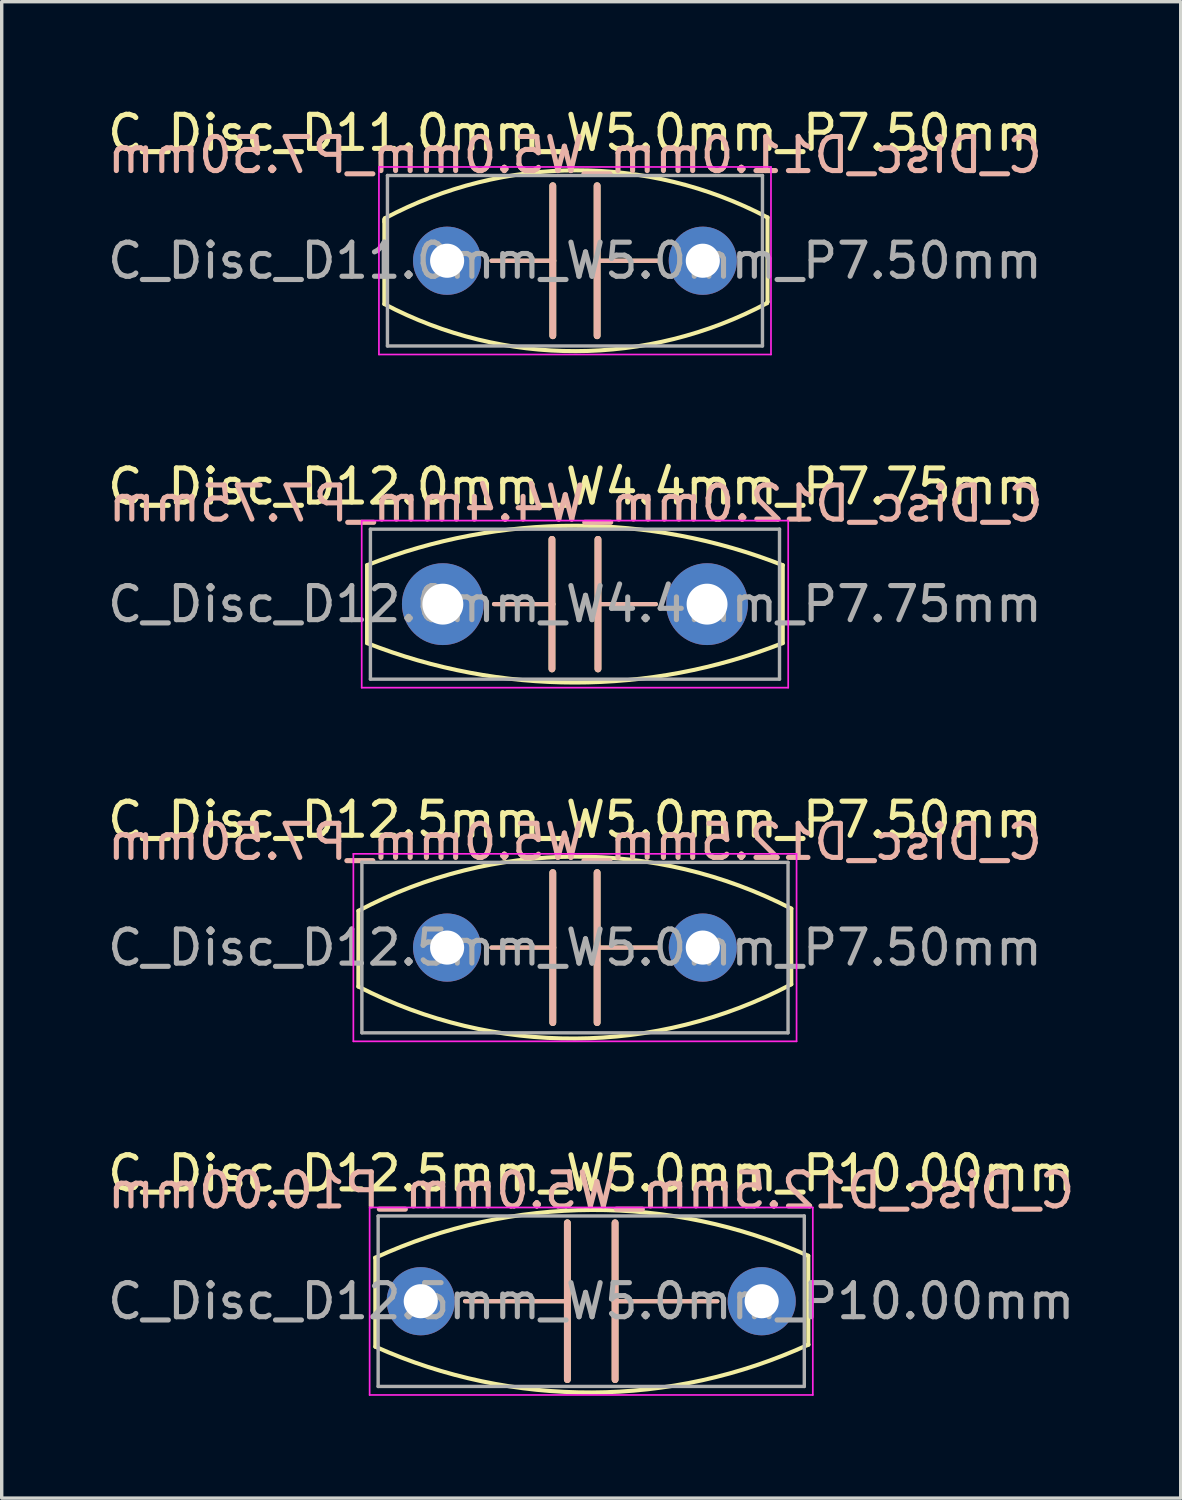
<source format=kicad_pcb>
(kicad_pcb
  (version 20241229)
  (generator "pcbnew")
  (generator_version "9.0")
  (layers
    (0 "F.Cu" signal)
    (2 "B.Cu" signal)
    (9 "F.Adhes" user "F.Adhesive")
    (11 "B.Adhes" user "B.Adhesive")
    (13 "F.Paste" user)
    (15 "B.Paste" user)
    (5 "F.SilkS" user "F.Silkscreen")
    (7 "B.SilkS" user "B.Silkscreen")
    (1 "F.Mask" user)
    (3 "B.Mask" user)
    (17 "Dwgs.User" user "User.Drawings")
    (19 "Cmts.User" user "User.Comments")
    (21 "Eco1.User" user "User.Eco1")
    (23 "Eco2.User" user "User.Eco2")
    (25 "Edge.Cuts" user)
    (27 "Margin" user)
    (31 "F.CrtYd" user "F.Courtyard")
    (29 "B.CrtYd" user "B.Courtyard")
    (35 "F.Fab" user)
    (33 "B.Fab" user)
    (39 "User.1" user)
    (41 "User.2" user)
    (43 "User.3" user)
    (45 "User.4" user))
  (footprint "C_Disc_D11.0mm_W5.0mm_P7.50mm"
    (layer "F.Cu")
    (at 10.065 4.598)
    (property "Reference" "C_Disc_D11.0mm_W5.0mm_P7.50mm" (at 3.75 -3.75 0) (layer "F.SilkS") (effects (font (size 1 1) (thickness 0.15))))
    (fp_line (start -1.841 -1.206) (end -1.828 -1.244) (stroke (width 0.12) (type solid)) (layer "F.SilkS"))
    (fp_line (start -1.841 -1.143) (end -1.841 -1.206) (stroke (width 0.12) (type solid)) (layer "F.SilkS"))
    (fp_line (start -1.841 1.27) (end -1.841 -1.143) (stroke (width 0.12) (type solid)) (layer "F.SilkS"))
    (fp_line (start 1.3 0) (end 3.1 0) (stroke (width 0.12) (type solid)) (layer "F.SilkS"))
    (fp_line (start 3.1 0) (end 3.1 -2.2) (stroke (width 0.2) (type solid)) (layer "F.SilkS"))
    (fp_line (start 3.1 0) (end 3.1 2.2) (stroke (width 0.2) (type solid)) (layer "F.SilkS"))
    (fp_line (start 4.4 0) (end 4.4 -2.2) (stroke (width 0.2) (type solid)) (layer "F.SilkS"))
    (fp_line (start 4.4 0) (end 4.4 2.2) (stroke (width 0.2) (type solid)) (layer "F.SilkS"))
    (fp_line (start 4.4 0) (end 6.2 0) (stroke (width 0.12) (type solid)) (layer "F.SilkS"))
    (fp_line (start 9.398 -1.27) (end 9.398 1.206) (stroke (width 0.12) (type solid)) (layer "F.SilkS"))
    (fp_line (start 9.398 1.206) (end 9.384 1.244) (stroke (width 0.12) (type solid)) (layer "F.SilkS"))
    (fp_arc (start -1.827515 -1.243759) (mid 3.781981 -2.652175) (end 9.398 -1.27) (stroke (width 0.12) (type solid)) (layer "F.SilkS"))
    (fp_arc (start 9.384015 1.243759) (mid 3.774519 2.652175) (end -1.8415 1.27) (stroke (width 0.12) (type solid)) (layer "F.SilkS"))
    (fp_line (start 1.3 0) (end 3.048 0) (stroke (width 0.12) (type solid)) (layer "B.SilkS"))
    (fp_line (start 3.1 0) (end 3.1 -2.2) (stroke (width 0.2) (type solid)) (layer "B.SilkS"))
    (fp_line (start 3.1 0) (end 3.1 2.2) (stroke (width 0.2) (type solid)) (layer "B.SilkS"))
    (fp_line (start 4.4 0) (end 4.4 -2.2) (stroke (width 0.2) (type solid)) (layer "B.SilkS"))
    (fp_line (start 4.4 0) (end 4.4 2.2) (stroke (width 0.2) (type solid)) (layer "B.SilkS"))
    (fp_line (start 4.445 0) (end 6.2 0) (stroke (width 0.12) (type solid)) (layer "B.SilkS"))
    (fp_line (start -2 -2.75) (end -2 2.75) (stroke (width 0.05) (type solid)) (layer "F.CrtYd"))
    (fp_line (start -2 2.75) (end 9.5 2.75) (stroke (width 0.05) (type solid)) (layer "F.CrtYd"))
    (fp_line (start 9.5 -2.75) (end -2 -2.75) (stroke (width 0.05) (type solid)) (layer "F.CrtYd"))
    (fp_line (start 9.5 2.75) (end 9.5 -2.75) (stroke (width 0.05) (type solid)) (layer "F.CrtYd"))
    (fp_line (start -1.75 -2.5) (end -1.75 2.5) (stroke (width 0.1) (type solid)) (layer "F.Fab"))
    (fp_line (start -1.75 2.5) (end 9.25 2.5) (stroke (width 0.1) (type solid)) (layer "F.Fab"))
    (fp_line (start 9.25 -2.5) (end -1.75 -2.5) (stroke (width 0.1) (type solid)) (layer "F.Fab"))
    (fp_line (start 9.25 2.5) (end 9.25 -2.5) (stroke (width 0.1) (type solid)) (layer "F.Fab"))
    (fp_text user "${REFERENCE}" (at 3.75 -3.1 0) (layer "B.SilkS") (effects (font (size 1 1) (thickness 0.15)) (justify mirror)))
    (fp_text user "${REFERENCE}" (at 3.75 0 0) (layer "F.Fab") (effects (font (size 1 1) (thickness 0.15))))
    (pad "1" thru_hole circle (at 0 0) (size 2 2) (drill 1) (layers "*.Cu" "*.Mask"))
    (pad "2" thru_hole circle (at 7.5 0) (size 2 2) (drill 1) (layers "*.Cu" "*.Mask")))
  (footprint "C_Disc_D12.0mm_W4.4mm_P7.75mm"
    (layer "F.Cu")
    (at 9.94 14.671)
    (property "Reference" "C_Disc_D12.0mm_W4.4mm_P7.75mm" (at 3.875 -3.45 0) (layer "F.SilkS") (effects (font (size 1 1) (thickness 0.15))))
    (fp_line (start -2.223 1.143) (end -2.223 -1.143) (stroke (width 0.12) (type solid)) (layer "F.SilkS"))
    (fp_line (start 1.5 0) (end 3.2 0) (stroke (width 0.12) (type solid)) (layer "F.SilkS"))
    (fp_line (start 3.2 0) (end 3.2 -1.9) (stroke (width 0.2) (type solid)) (layer "F.SilkS"))
    (fp_line (start 3.2 0) (end 3.2 1.9) (stroke (width 0.2) (type solid)) (layer "F.SilkS"))
    (fp_line (start 4.55 0) (end 4.55 -1.9) (stroke (width 0.2) (type solid)) (layer "F.SilkS"))
    (fp_line (start 4.55 0) (end 4.55 1.9) (stroke (width 0.2) (type solid)) (layer "F.SilkS"))
    (fp_line (start 4.55 0) (end 6.25 0) (stroke (width 0.12) (type solid)) (layer "F.SilkS"))
    (fp_line (start 9.97 -1.143) (end 9.97 1.143) (stroke (width 0.12) (type solid)) (layer "F.SilkS"))
    (fp_arc (start -2.2225 -1.142999) (mid 3.8735 -2.299082) (end 9.9695 -1.143) (stroke (width 0.12) (type solid)) (layer "F.SilkS"))
    (fp_arc (start 9.9695 1.142999) (mid 3.8735 2.299082) (end -2.2225 1.143) (stroke (width 0.12) (type solid)) (layer "F.SilkS"))
    (fp_line (start 1.5 0) (end 3.2 0) (stroke (width 0.12) (type solid)) (layer "B.SilkS"))
    (fp_line (start 3.2 0) (end 3.2 -1.9) (stroke (width 0.2) (type solid)) (layer "B.SilkS"))
    (fp_line (start 3.2 0) (end 3.2 1.9) (stroke (width 0.2) (type solid)) (layer "B.SilkS"))
    (fp_line (start 4.55 0) (end 4.55 -1.9) (stroke (width 0.2) (type solid)) (layer "B.SilkS"))
    (fp_line (start 4.55 0) (end 4.55 1.9) (stroke (width 0.2) (type solid)) (layer "B.SilkS"))
    (fp_line (start 4.55 0) (end 6.25 0) (stroke (width 0.12) (type solid)) (layer "B.SilkS"))
    (fp_line (start -2.38 -2.45) (end -2.38 2.45) (stroke (width 0.05) (type solid)) (layer "F.CrtYd"))
    (fp_line (start -2.38 2.45) (end 10.13 2.45) (stroke (width 0.05) (type solid)) (layer "F.CrtYd"))
    (fp_line (start 10.13 -2.45) (end -2.38 -2.45) (stroke (width 0.05) (type solid)) (layer "F.CrtYd"))
    (fp_line (start 10.13 2.45) (end 10.13 -2.45) (stroke (width 0.05) (type solid)) (layer "F.CrtYd"))
    (fp_line (start -2.125 -2.2) (end -2.125 2.2) (stroke (width 0.1) (type solid)) (layer "F.Fab"))
    (fp_line (start -2.125 2.2) (end 9.875 2.2) (stroke (width 0.1) (type solid)) (layer "F.Fab"))
    (fp_line (start 9.875 -2.2) (end -2.125 -2.2) (stroke (width 0.1) (type solid)) (layer "F.Fab"))
    (fp_line (start 9.875 2.2) (end 9.875 -2.2) (stroke (width 0.1) (type solid)) (layer "F.Fab"))
    (fp_text user "${REFERENCE}" (at 3.9 -2.95 0) (layer "B.SilkS") (effects (font (size 1 1) (thickness 0.15)) (justify mirror)))
    (fp_text user "${REFERENCE}" (at 3.875 0 0) (layer "F.Fab") (effects (font (size 1 1) (thickness 0.15))))
    (pad "1" thru_hole circle (at 0 0) (size 2.4 2.4) (drill 1.2) (layers "*.Cu" "*.Mask"))
    (pad "2" thru_hole circle (at 7.75 0) (size 2.4 2.4) (drill 1.2) (layers "*.Cu" "*.Mask")))
  (footprint "C_Disc_D12.5mm_W5.0mm_P10.00mm"
    (layer "F.Cu")
    (at 9.292 35.118)
    (property "Reference" "C_Disc_D12.5mm_W5.0mm_P10.00mm" (at 5 -3.75 0) (layer "F.SilkS") (effects (font (size 1 1) (thickness 0.15))))
    (fp_line (start -1.333 -1.27) (end -1.336 -1.275) (stroke (width 0.12) (type solid)) (layer "F.SilkS"))
    (fp_line (start -1.333 1.333) (end -1.333 -1.27) (stroke (width 0.12) (type solid)) (layer "F.SilkS"))
    (fp_line (start 1.3 0) (end 4.3 0) (stroke (width 0.12) (type solid)) (layer "F.SilkS"))
    (fp_line (start 4.3 0) (end 4.3 -2.3) (stroke (width 0.2) (type solid)) (layer "F.SilkS"))
    (fp_line (start 4.3 0) (end 4.3 2.3) (stroke (width 0.2) (type solid)) (layer "F.SilkS"))
    (fp_line (start 5.7 0) (end 5.7 -2.3) (stroke (width 0.2) (type solid)) (layer "F.SilkS"))
    (fp_line (start 5.7 0) (end 5.7 2.3) (stroke (width 0.2) (type solid)) (layer "F.SilkS"))
    (fp_line (start 5.7 0) (end 8.7 0) (stroke (width 0.12) (type solid)) (layer "F.SilkS"))
    (fp_line (start 11.367 -1.333) (end 11.367 1.27) (stroke (width 0.12) (type solid)) (layer "F.SilkS"))
    (fp_line (start 11.367 1.27) (end 11.369 1.275) (stroke (width 0.12) (type solid)) (layer "F.SilkS"))
    (fp_arc (start -1.335743 -1.274885) (mid 5.009043 -2.677066) (end 11.3665 -1.3335) (stroke (width 0.12) (type solid)) (layer "F.SilkS"))
    (fp_arc (start 11.368743 1.274885) (mid 5.023957 2.677066) (end -1.3335 1.3335) (stroke (width 0.12) (type solid)) (layer "F.SilkS"))
    (fp_line (start 1.3 0) (end 4.3 0) (stroke (width 0.12) (type solid)) (layer "B.SilkS"))
    (fp_line (start 4.3 0) (end 4.3 -2.3) (stroke (width 0.2) (type solid)) (layer "B.SilkS"))
    (fp_line (start 4.3 0) (end 4.3 2.3) (stroke (width 0.2) (type solid)) (layer "B.SilkS"))
    (fp_line (start 5.7 0) (end 5.7 -2.3) (stroke (width 0.2) (type solid)) (layer "B.SilkS"))
    (fp_line (start 5.7 0) (end 5.7 2.3) (stroke (width 0.2) (type solid)) (layer "B.SilkS"))
    (fp_line (start 5.7 0) (end 8.7 0) (stroke (width 0.12) (type solid)) (layer "B.SilkS"))
    (fp_line (start -1.5 -2.75) (end -1.5 2.75) (stroke (width 0.05) (type solid)) (layer "F.CrtYd"))
    (fp_line (start -1.5 2.75) (end 11.5 2.75) (stroke (width 0.05) (type solid)) (layer "F.CrtYd"))
    (fp_line (start 11.5 -2.75) (end -1.5 -2.75) (stroke (width 0.05) (type solid)) (layer "F.CrtYd"))
    (fp_line (start 11.5 2.75) (end 11.5 -2.75) (stroke (width 0.05) (type solid)) (layer "F.CrtYd"))
    (fp_line (start -1.25 -2.5) (end -1.25 2.5) (stroke (width 0.1) (type solid)) (layer "F.Fab"))
    (fp_line (start -1.25 2.5) (end 11.25 2.5) (stroke (width 0.1) (type solid)) (layer "F.Fab"))
    (fp_line (start 11.25 -2.5) (end -1.25 -2.5) (stroke (width 0.1) (type solid)) (layer "F.Fab"))
    (fp_line (start 11.25 2.5) (end 11.25 -2.5) (stroke (width 0.1) (type solid)) (layer "F.Fab"))
    (fp_text user "${REFERENCE}" (at 5 -3.25 0) (layer "B.SilkS") (effects (font (size 1 1) (thickness 0.15)) (justify mirror)))
    (fp_text user "${REFERENCE}" (at 5 0 0) (layer "F.Fab") (effects (font (size 1 1) (thickness 0.15))))
    (pad "1" thru_hole circle (at 0 0) (size 2 2) (drill 1) (layers "*.Cu" "*.Mask"))
    (pad "2" thru_hole circle (at 10 0) (size 2 2) (drill 1) (layers "*.Cu" "*.Mask")))
  (footprint "C_Disc_D12.5mm_W5.0mm_P7.50mm"
    (layer "F.Cu")
    (at 10.065 24.745)
    (property "Reference" "C_Disc_D12.5mm_W5.0mm_P7.50mm" (at 3.75 -3.75 0) (layer "F.SilkS") (effects (font (size 1 1) (thickness 0.15))))
    (fp_line (start -2.603 1.143) (end -2.602 -1.077) (stroke (width 0.12) (type solid)) (layer "F.SilkS"))
    (fp_line (start 1.3 0) (end 3.1 0) (stroke (width 0.12) (type solid)) (layer "F.SilkS"))
    (fp_line (start 3.1 0) (end 3.1 -2.2) (stroke (width 0.2) (type solid)) (layer "F.SilkS"))
    (fp_line (start 3.1 0) (end 3.1 2.2) (stroke (width 0.2) (type solid)) (layer "F.SilkS"))
    (fp_line (start 4.4 0) (end 4.4 -2.2) (stroke (width 0.2) (type solid)) (layer "F.SilkS"))
    (fp_line (start 4.4 0) (end 4.4 2.2) (stroke (width 0.2) (type solid)) (layer "F.SilkS"))
    (fp_line (start 4.4 0) (end 6.2 0) (stroke (width 0.12) (type solid)) (layer "F.SilkS"))
    (fp_line (start 10.097 -1.143) (end 10.095 1.077) (stroke (width 0.12) (type solid)) (layer "F.SilkS"))
    (fp_arc (start -2.602332 -1.077291) (mid 3.739022 -2.668139) (end 10.0965 -1.143) (stroke (width 0.12) (type solid)) (layer "F.SilkS"))
    (fp_arc (start 10.095332 1.077291) (mid 3.753978 2.668139) (end -2.6035 1.143) (stroke (width 0.12) (type solid)) (layer "F.SilkS"))
    (fp_line (start 1.3 0) (end 3.048 0) (stroke (width 0.12) (type solid)) (layer "B.SilkS"))
    (fp_line (start 3.1 0) (end 3.1 -2.2) (stroke (width 0.2) (type solid)) (layer "B.SilkS"))
    (fp_line (start 3.1 0) (end 3.1 2.2) (stroke (width 0.2) (type solid)) (layer "B.SilkS"))
    (fp_line (start 4.4 0) (end 4.4 -2.2) (stroke (width 0.2) (type solid)) (layer "B.SilkS"))
    (fp_line (start 4.4 0) (end 4.4 2.2) (stroke (width 0.2) (type solid)) (layer "B.SilkS"))
    (fp_line (start 4.445 0) (end 6.2 0) (stroke (width 0.12) (type solid)) (layer "B.SilkS"))
    (fp_line (start -2.75 -2.75) (end -2.75 2.75) (stroke (width 0.05) (type solid)) (layer "F.CrtYd"))
    (fp_line (start -2.75 2.75) (end 10.25 2.75) (stroke (width 0.05) (type solid)) (layer "F.CrtYd"))
    (fp_line (start 10.25 -2.75) (end -2.75 -2.75) (stroke (width 0.05) (type solid)) (layer "F.CrtYd"))
    (fp_line (start 10.25 2.75) (end 10.25 -2.75) (stroke (width 0.05) (type solid)) (layer "F.CrtYd"))
    (fp_line (start -2.5 -2.5) (end -2.5 2.5) (stroke (width 0.1) (type solid)) (layer "F.Fab"))
    (fp_line (start -2.5 2.5) (end 10 2.5) (stroke (width 0.1) (type solid)) (layer "F.Fab"))
    (fp_line (start 10 -2.5) (end -2.5 -2.5) (stroke (width 0.1) (type solid)) (layer "F.Fab"))
    (fp_line (start 10 2.5) (end 10 -2.5) (stroke (width 0.1) (type solid)) (layer "F.Fab"))
    (fp_text user "${REFERENCE}" (at 3.75 -3.1 0) (layer "B.SilkS") (effects (font (size 1 1) (thickness 0.15)) (justify mirror)))
    (fp_text user "${REFERENCE}" (at 3.75 0 0) (layer "F.Fab") (effects (font (size 1 1) (thickness 0.15))))
    (pad "1" thru_hole circle (at 0 0) (size 2 2) (drill 1) (layers "*.Cu" "*.Mask"))
    (pad "2" thru_hole circle (at 7.5 0) (size 2 2) (drill 1) (layers "*.Cu" "*.Mask")))
  (gr_rect
    (start -3 -3)
    (end 31.583 40.893)
    (stroke (width 0.1) (type default))
    (fill no)
    (layer "Edge.Cuts")))
</source>
